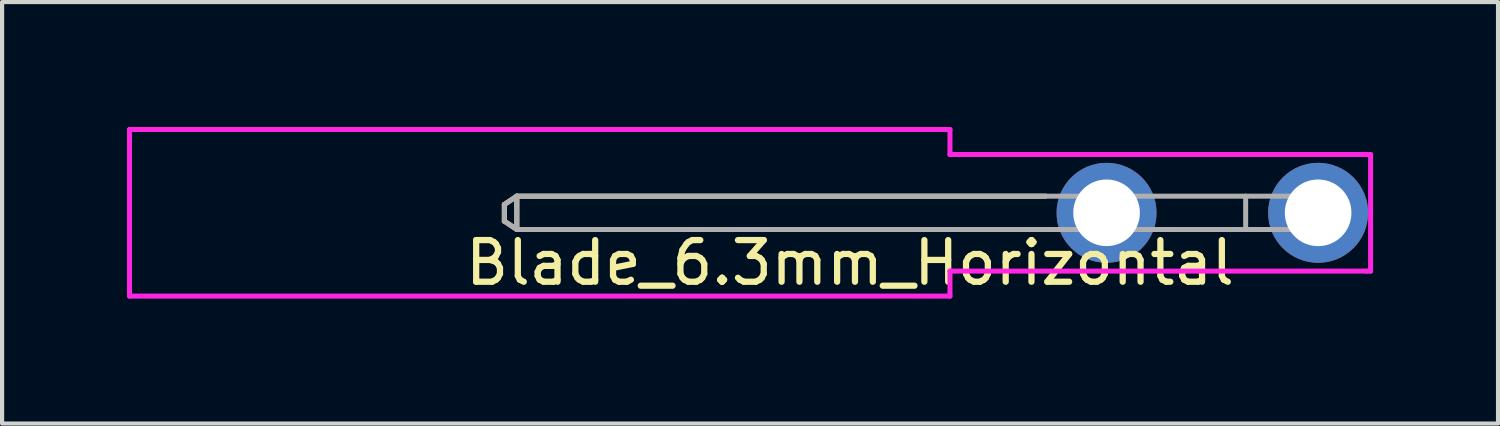
<source format=kicad_pcb>
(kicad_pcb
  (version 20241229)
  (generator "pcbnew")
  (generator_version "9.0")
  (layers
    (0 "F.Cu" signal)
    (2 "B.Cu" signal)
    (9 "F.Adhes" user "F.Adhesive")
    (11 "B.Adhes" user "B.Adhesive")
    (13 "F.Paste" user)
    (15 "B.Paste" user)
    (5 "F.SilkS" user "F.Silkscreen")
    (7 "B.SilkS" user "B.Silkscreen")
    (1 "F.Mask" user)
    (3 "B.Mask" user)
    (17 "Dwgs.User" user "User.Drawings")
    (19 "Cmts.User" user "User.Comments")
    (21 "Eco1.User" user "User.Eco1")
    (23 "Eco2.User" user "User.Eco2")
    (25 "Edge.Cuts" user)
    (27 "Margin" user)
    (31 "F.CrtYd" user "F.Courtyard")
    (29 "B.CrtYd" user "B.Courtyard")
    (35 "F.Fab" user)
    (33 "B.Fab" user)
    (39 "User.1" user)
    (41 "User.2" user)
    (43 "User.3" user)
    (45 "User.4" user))
  (footprint "Blade_6.3mm_Horizontal"
    (layer "F.Cu")
    (at 23.46 2.06)
    (property "Reference" "Blade_6.3mm_Horizontal" (at -6.1 1.2 0) (layer "F.SilkS") (effects (font (size 1 1) (thickness 0.15))))
    (attr through_hole)
    (fp_line (start -14.4 -0.2) (end -14.1 -0.4) (stroke (width 0.12) (type solid)) (layer "F.SilkS"))
    (fp_line (start -14.4 0.2) (end -14.4 -0.2) (stroke (width 0.12) (type solid)) (layer "F.SilkS"))
    (fp_line (start -14.1 -0.4) (end -14.1 0.4) (stroke (width 0.12) (type solid)) (layer "F.SilkS"))
    (fp_line (start -14.1 -0.4) (end -1.4 -0.4) (stroke (width 0.12) (type solid)) (layer "F.SilkS"))
    (fp_line (start -14.1 0.4) (end -14.4 0.2) (stroke (width 0.12) (type solid)) (layer "F.SilkS"))
    (fp_line (start -1.4 0.4) (end -14.1 0.4) (stroke (width 0.12) (type solid)) (layer "F.SilkS"))
    (fp_line (start -23.4 -2) (end -23.4 2) (stroke (width 0.12) (type solid)) (layer "F.CrtYd"))
    (fp_line (start -23.4 2) (end -3.7 2) (stroke (width 0.12) (type solid)) (layer "F.CrtYd"))
    (fp_line (start -3.7 -2) (end -23.4 -2) (stroke (width 0.12) (type solid)) (layer "F.CrtYd"))
    (fp_line (start -3.7 -1.4) (end -3.7 -2) (stroke (width 0.12) (type solid)) (layer "F.CrtYd"))
    (fp_line (start -3.7 1.4) (end 6.3 1.4) (stroke (width 0.12) (type solid)) (layer "F.CrtYd"))
    (fp_line (start -3.7 2) (end -3.7 1.4) (stroke (width 0.12) (type solid)) (layer "F.CrtYd"))
    (fp_line (start 6.3 1.4) (end 6.4 1.4) (stroke (width 0.12) (type solid)) (layer "F.CrtYd"))
    (fp_line (start 6.4 -1.4) (end -3.7 -1.4) (stroke (width 0.12) (type solid)) (layer "F.CrtYd"))
    (fp_line (start 6.4 1.4) (end 6.4 -1.4) (stroke (width 0.12) (type solid)) (layer "F.CrtYd"))
    (fp_line (start -14.4 -0.2) (end -14.1 -0.4) (stroke (width 0.12) (type solid)) (layer "F.Fab"))
    (fp_line (start -14.4 0.2) (end -14.4 -0.2) (stroke (width 0.12) (type solid)) (layer "F.Fab"))
    (fp_line (start -14.1 -0.4) (end -14.1 0.4) (stroke (width 0.12) (type solid)) (layer "F.Fab"))
    (fp_line (start -14.1 -0.4) (end 5.7 -0.4) (stroke (width 0.12) (type solid)) (layer "F.Fab"))
    (fp_line (start -14.1 0.4) (end -14.4 0.2) (stroke (width 0.12) (type solid)) (layer "F.Fab"))
    (fp_line (start 3.4 -0.4) (end 3.4 0.4) (stroke (width 0.12) (type solid)) (layer "F.Fab"))
    (fp_line (start 5.7 -0.4) (end 5.7 0.4) (stroke (width 0.12) (type solid)) (layer "F.Fab"))
    (fp_line (start 5.7 0.4) (end -14.1 0.4) (stroke (width 0.12) (type solid)) (layer "F.Fab"))
    (pad "1" thru_hole circle (at 0.06 0) (size 2.4 2.4) (drill 1.6) (layers "*.Cu" "*.Mask"))
    (pad "1" thru_hole circle (at 5.14 0) (size 2.4 2.4) (drill 1.6) (layers "*.Cu" "*.Mask")))
  (gr_rect
    (start -3 -3)
    (end 32.92 7.12)
    (stroke (width 0.1) (type default))
    (fill no)
    (layer "Edge.Cuts")))
</source>
